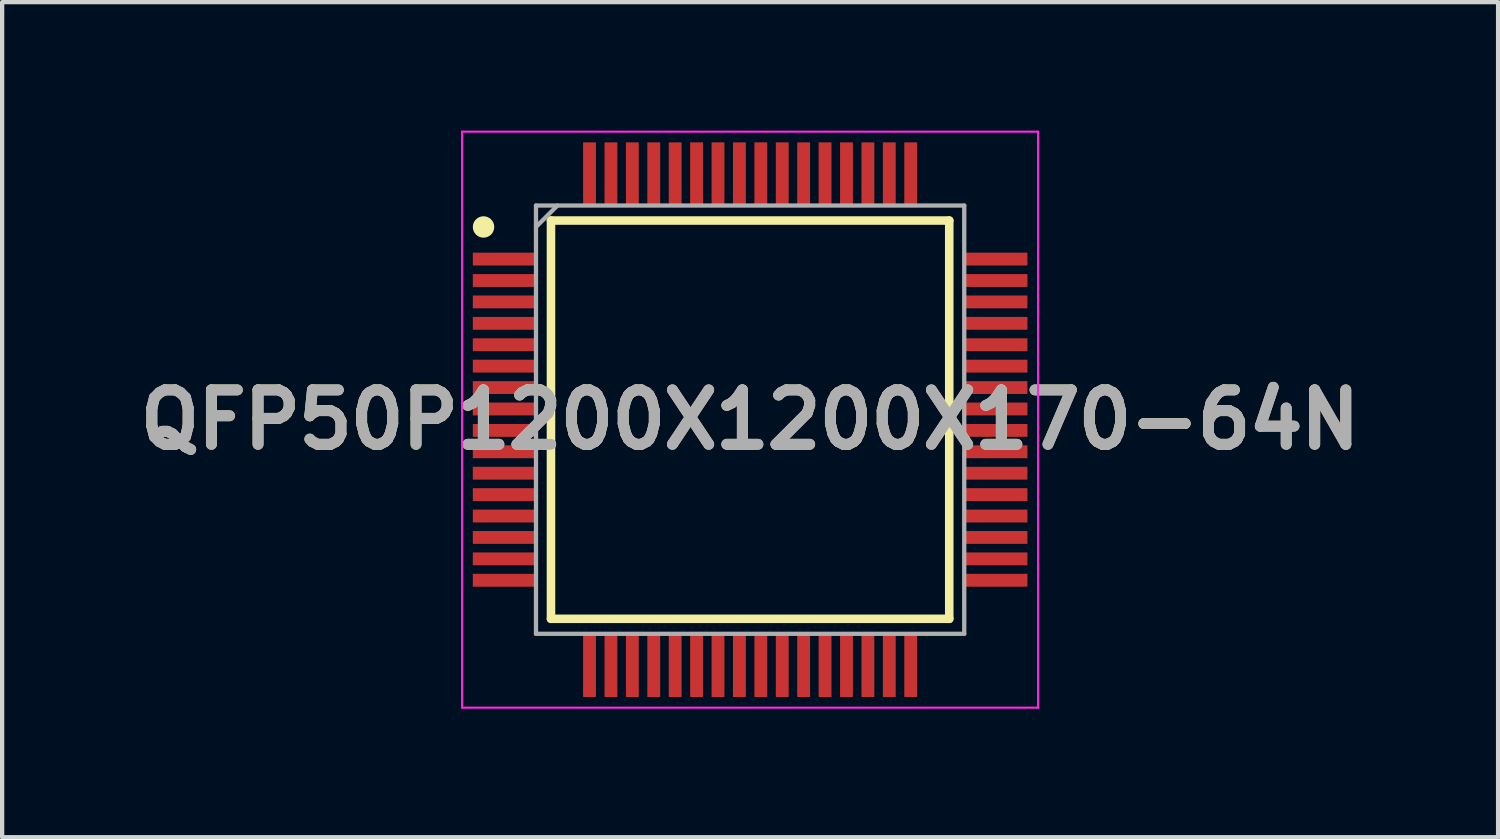
<source format=kicad_pcb>
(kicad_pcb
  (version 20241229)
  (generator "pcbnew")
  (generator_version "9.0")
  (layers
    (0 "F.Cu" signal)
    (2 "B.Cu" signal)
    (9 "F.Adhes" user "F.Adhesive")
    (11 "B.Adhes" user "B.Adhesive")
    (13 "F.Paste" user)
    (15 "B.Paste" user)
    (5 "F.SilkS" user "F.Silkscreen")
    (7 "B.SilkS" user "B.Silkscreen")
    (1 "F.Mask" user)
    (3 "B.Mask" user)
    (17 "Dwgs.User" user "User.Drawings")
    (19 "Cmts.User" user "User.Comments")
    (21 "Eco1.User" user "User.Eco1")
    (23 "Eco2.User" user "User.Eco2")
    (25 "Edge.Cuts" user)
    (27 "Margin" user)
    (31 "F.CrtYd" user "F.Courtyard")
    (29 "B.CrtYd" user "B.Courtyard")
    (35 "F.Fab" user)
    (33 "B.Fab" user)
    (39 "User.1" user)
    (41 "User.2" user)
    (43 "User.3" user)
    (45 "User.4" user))
  (footprint "QFP50P1200X1200X170-64N"
    (layer "F.Cu")
    (at 14.466 6.75)
    (property "Reference" "QFP50P1200X1200X170-64N" (at 0 0 0) (layer "F.SilkS") (effects (font (size 1.27 1.27) (thickness 0.254))))
    (attr smd)
    (fp_line (start -4.65 -4.65) (end 4.65 -4.65) (stroke (width 0.2) (type solid)) (layer "F.SilkS"))
    (fp_line (start -4.65 4.65) (end -4.65 -4.65) (stroke (width 0.2) (type solid)) (layer "F.SilkS"))
    (fp_line (start 4.65 -4.65) (end 4.65 4.65) (stroke (width 0.2) (type solid)) (layer "F.SilkS"))
    (fp_line (start 4.65 4.65) (end -4.65 4.65) (stroke (width 0.2) (type solid)) (layer "F.SilkS"))
    (fp_circle (center -6.225 -4.5) (end -6.225 -4.375) (stroke (width 0.25) (type solid)) (fill no) (layer "F.SilkS"))
    (fp_line (start -6.725 -6.725) (end 6.725 -6.725) (stroke (width 0.05) (type solid)) (layer "F.CrtYd"))
    (fp_line (start -6.725 6.725) (end -6.725 -6.725) (stroke (width 0.05) (type solid)) (layer "F.CrtYd"))
    (fp_line (start 6.725 -6.725) (end 6.725 6.725) (stroke (width 0.05) (type solid)) (layer "F.CrtYd"))
    (fp_line (start 6.725 6.725) (end -6.725 6.725) (stroke (width 0.05) (type solid)) (layer "F.CrtYd"))
    (fp_line (start -5 -5) (end 5 -5) (stroke (width 0.1) (type solid)) (layer "F.Fab"))
    (fp_line (start -5 -4.5) (end -4.5 -5) (stroke (width 0.1) (type solid)) (layer "F.Fab"))
    (fp_line (start -5 5) (end -5 -5) (stroke (width 0.1) (type solid)) (layer "F.Fab"))
    (fp_line (start 5 -5) (end 5 5) (stroke (width 0.1) (type solid)) (layer "F.Fab"))
    (fp_line (start 5 5) (end -5 5) (stroke (width 0.1) (type solid)) (layer "F.Fab"))
    (fp_text user "${REFERENCE}" (at 0 0 0) (layer "F.Fab") (effects (font (size 1.27 1.27) (thickness 0.254))))
    (pad "1" smd rect (at -5.738 -3.75 90) (size 0.3 1.475) (layers "F.Cu" "F.Mask" "F.Paste"))
    (pad "2" smd rect (at -5.738 -3.25 90) (size 0.3 1.475) (layers "F.Cu" "F.Mask" "F.Paste"))
    (pad "3" smd rect (at -5.738 -2.75 90) (size 0.3 1.475) (layers "F.Cu" "F.Mask" "F.Paste"))
    (pad "4" smd rect (at -5.738 -2.25 90) (size 0.3 1.475) (layers "F.Cu" "F.Mask" "F.Paste"))
    (pad "5" smd rect (at -5.738 -1.75 90) (size 0.3 1.475) (layers "F.Cu" "F.Mask" "F.Paste"))
    (pad "6" smd rect (at -5.738 -1.25 90) (size 0.3 1.475) (layers "F.Cu" "F.Mask" "F.Paste"))
    (pad "7" smd rect (at -5.738 -0.75 90) (size 0.3 1.475) (layers "F.Cu" "F.Mask" "F.Paste"))
    (pad "8" smd rect (at -5.738 -0.25 90) (size 0.3 1.475) (layers "F.Cu" "F.Mask" "F.Paste"))
    (pad "9" smd rect (at -5.738 0.25 90) (size 0.3 1.475) (layers "F.Cu" "F.Mask" "F.Paste"))
    (pad "10" smd rect (at -5.738 0.75 90) (size 0.3 1.475) (layers "F.Cu" "F.Mask" "F.Paste"))
    (pad "11" smd rect (at -5.738 1.25 90) (size 0.3 1.475) (layers "F.Cu" "F.Mask" "F.Paste"))
    (pad "12" smd rect (at -5.738 1.75 90) (size 0.3 1.475) (layers "F.Cu" "F.Mask" "F.Paste"))
    (pad "13" smd rect (at -5.738 2.25 90) (size 0.3 1.475) (layers "F.Cu" "F.Mask" "F.Paste"))
    (pad "14" smd rect (at -5.738 2.75 90) (size 0.3 1.475) (layers "F.Cu" "F.Mask" "F.Paste"))
    (pad "15" smd rect (at -5.738 3.25 90) (size 0.3 1.475) (layers "F.Cu" "F.Mask" "F.Paste"))
    (pad "16" smd rect (at -5.738 3.75 90) (size 0.3 1.475) (layers "F.Cu" "F.Mask" "F.Paste"))
    (pad "17" smd rect (at -3.75 5.738) (size 0.3 1.475) (layers "F.Cu" "F.Mask" "F.Paste"))
    (pad "18" smd rect (at -3.25 5.738) (size 0.3 1.475) (layers "F.Cu" "F.Mask" "F.Paste"))
    (pad "19" smd rect (at -2.75 5.738) (size 0.3 1.475) (layers "F.Cu" "F.Mask" "F.Paste"))
    (pad "20" smd rect (at -2.25 5.738) (size 0.3 1.475) (layers "F.Cu" "F.Mask" "F.Paste"))
    (pad "21" smd rect (at -1.75 5.738) (size 0.3 1.475) (layers "F.Cu" "F.Mask" "F.Paste"))
    (pad "22" smd rect (at -1.25 5.738) (size 0.3 1.475) (layers "F.Cu" "F.Mask" "F.Paste"))
    (pad "23" smd rect (at -0.75 5.738) (size 0.3 1.475) (layers "F.Cu" "F.Mask" "F.Paste"))
    (pad "24" smd rect (at -0.25 5.738) (size 0.3 1.475) (layers "F.Cu" "F.Mask" "F.Paste"))
    (pad "25" smd rect (at 0.25 5.738) (size 0.3 1.475) (layers "F.Cu" "F.Mask" "F.Paste"))
    (pad "26" smd rect (at 0.75 5.738) (size 0.3 1.475) (layers "F.Cu" "F.Mask" "F.Paste"))
    (pad "27" smd rect (at 1.25 5.738) (size 0.3 1.475) (layers "F.Cu" "F.Mask" "F.Paste"))
    (pad "28" smd rect (at 1.75 5.738) (size 0.3 1.475) (layers "F.Cu" "F.Mask" "F.Paste"))
    (pad "29" smd rect (at 2.25 5.738) (size 0.3 1.475) (layers "F.Cu" "F.Mask" "F.Paste"))
    (pad "30" smd rect (at 2.75 5.738) (size 0.3 1.475) (layers "F.Cu" "F.Mask" "F.Paste"))
    (pad "31" smd rect (at 3.25 5.738) (size 0.3 1.475) (layers "F.Cu" "F.Mask" "F.Paste"))
    (pad "32" smd rect (at 3.75 5.738) (size 0.3 1.475) (layers "F.Cu" "F.Mask" "F.Paste"))
    (pad "33" smd rect (at 5.738 3.75 90) (size 0.3 1.475) (layers "F.Cu" "F.Mask" "F.Paste"))
    (pad "34" smd rect (at 5.738 3.25 90) (size 0.3 1.475) (layers "F.Cu" "F.Mask" "F.Paste"))
    (pad "35" smd rect (at 5.738 2.75 90) (size 0.3 1.475) (layers "F.Cu" "F.Mask" "F.Paste"))
    (pad "36" smd rect (at 5.738 2.25 90) (size 0.3 1.475) (layers "F.Cu" "F.Mask" "F.Paste"))
    (pad "37" smd rect (at 5.738 1.75 90) (size 0.3 1.475) (layers "F.Cu" "F.Mask" "F.Paste"))
    (pad "38" smd rect (at 5.738 1.25 90) (size 0.3 1.475) (layers "F.Cu" "F.Mask" "F.Paste"))
    (pad "39" smd rect (at 5.738 0.75 90) (size 0.3 1.475) (layers "F.Cu" "F.Mask" "F.Paste"))
    (pad "40" smd rect (at 5.738 0.25 90) (size 0.3 1.475) (layers "F.Cu" "F.Mask" "F.Paste"))
    (pad "41" smd rect (at 5.738 -0.25 90) (size 0.3 1.475) (layers "F.Cu" "F.Mask" "F.Paste"))
    (pad "42" smd rect (at 5.738 -0.75 90) (size 0.3 1.475) (layers "F.Cu" "F.Mask" "F.Paste"))
    (pad "43" smd rect (at 5.738 -1.25 90) (size 0.3 1.475) (layers "F.Cu" "F.Mask" "F.Paste"))
    (pad "44" smd rect (at 5.738 -1.75 90) (size 0.3 1.475) (layers "F.Cu" "F.Mask" "F.Paste"))
    (pad "45" smd rect (at 5.738 -2.25 90) (size 0.3 1.475) (layers "F.Cu" "F.Mask" "F.Paste"))
    (pad "46" smd rect (at 5.738 -2.75 90) (size 0.3 1.475) (layers "F.Cu" "F.Mask" "F.Paste"))
    (pad "47" smd rect (at 5.738 -3.25 90) (size 0.3 1.475) (layers "F.Cu" "F.Mask" "F.Paste"))
    (pad "48" smd rect (at 5.738 -3.75 90) (size 0.3 1.475) (layers "F.Cu" "F.Mask" "F.Paste"))
    (pad "49" smd rect (at 3.75 -5.738) (size 0.3 1.475) (layers "F.Cu" "F.Mask" "F.Paste"))
    (pad "50" smd rect (at 3.25 -5.738) (size 0.3 1.475) (layers "F.Cu" "F.Mask" "F.Paste"))
    (pad "51" smd rect (at 2.75 -5.738) (size 0.3 1.475) (layers "F.Cu" "F.Mask" "F.Paste"))
    (pad "52" smd rect (at 2.25 -5.738) (size 0.3 1.475) (layers "F.Cu" "F.Mask" "F.Paste"))
    (pad "53" smd rect (at 1.75 -5.738) (size 0.3 1.475) (layers "F.Cu" "F.Mask" "F.Paste"))
    (pad "54" smd rect (at 1.25 -5.738) (size 0.3 1.475) (layers "F.Cu" "F.Mask" "F.Paste"))
    (pad "55" smd rect (at 0.75 -5.738) (size 0.3 1.475) (layers "F.Cu" "F.Mask" "F.Paste"))
    (pad "56" smd rect (at 0.25 -5.738) (size 0.3 1.475) (layers "F.Cu" "F.Mask" "F.Paste"))
    (pad "57" smd rect (at -0.25 -5.738) (size 0.3 1.475) (layers "F.Cu" "F.Mask" "F.Paste"))
    (pad "58" smd rect (at -0.75 -5.738) (size 0.3 1.475) (layers "F.Cu" "F.Mask" "F.Paste"))
    (pad "59" smd rect (at -1.25 -5.738) (size 0.3 1.475) (layers "F.Cu" "F.Mask" "F.Paste"))
    (pad "60" smd rect (at -1.75 -5.738) (size 0.3 1.475) (layers "F.Cu" "F.Mask" "F.Paste"))
    (pad "61" smd rect (at -2.25 -5.738) (size 0.3 1.475) (layers "F.Cu" "F.Mask" "F.Paste"))
    (pad "62" smd rect (at -2.75 -5.738) (size 0.3 1.475) (layers "F.Cu" "F.Mask" "F.Paste"))
    (pad "63" smd rect (at -3.25 -5.738) (size 0.3 1.475) (layers "F.Cu" "F.Mask" "F.Paste"))
    (pad "64" smd rect (at -3.75 -5.738) (size 0.3 1.475) (layers "F.Cu" "F.Mask" "F.Paste")))
  (gr_rect
    (start -3 -3)
    (end 31.932 16.5)
    (stroke (width 0.1) (type default))
    (fill no)
    (layer "Edge.Cuts")))
</source>
